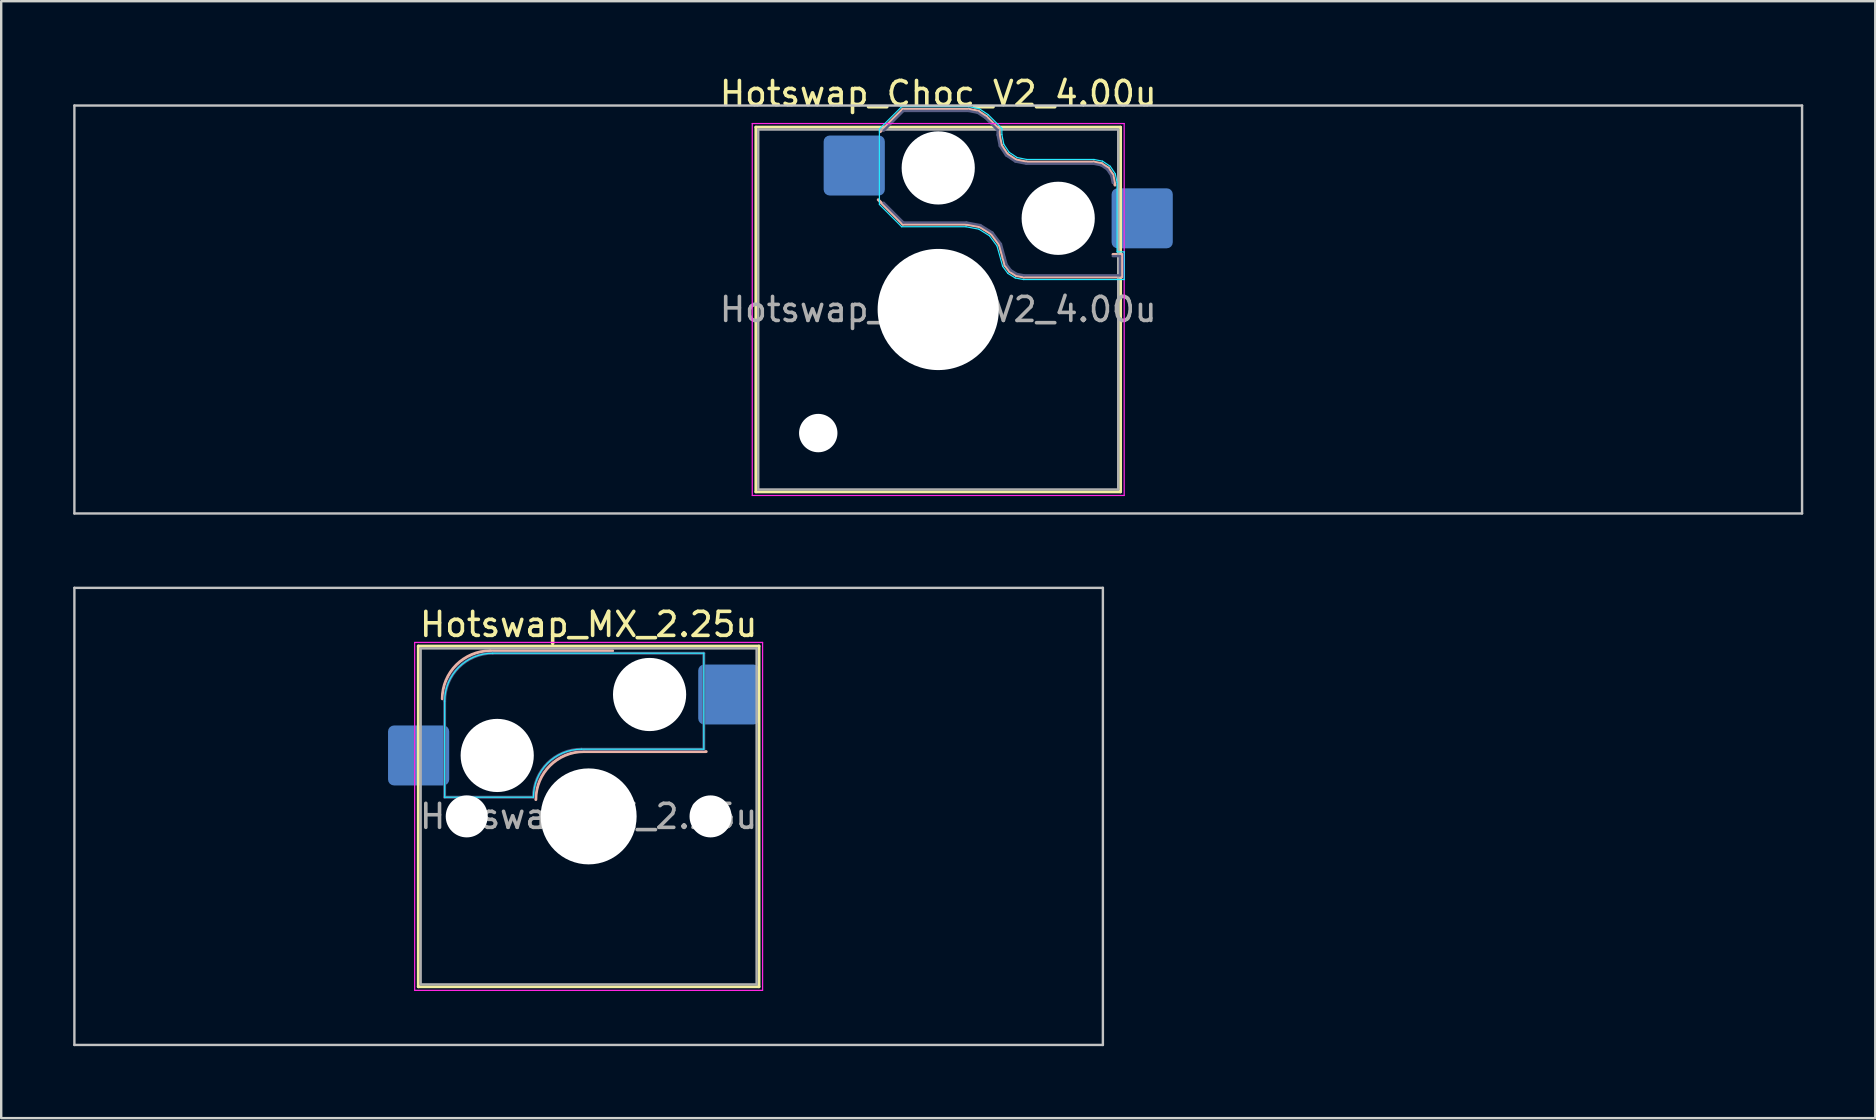
<source format=kicad_pcb>
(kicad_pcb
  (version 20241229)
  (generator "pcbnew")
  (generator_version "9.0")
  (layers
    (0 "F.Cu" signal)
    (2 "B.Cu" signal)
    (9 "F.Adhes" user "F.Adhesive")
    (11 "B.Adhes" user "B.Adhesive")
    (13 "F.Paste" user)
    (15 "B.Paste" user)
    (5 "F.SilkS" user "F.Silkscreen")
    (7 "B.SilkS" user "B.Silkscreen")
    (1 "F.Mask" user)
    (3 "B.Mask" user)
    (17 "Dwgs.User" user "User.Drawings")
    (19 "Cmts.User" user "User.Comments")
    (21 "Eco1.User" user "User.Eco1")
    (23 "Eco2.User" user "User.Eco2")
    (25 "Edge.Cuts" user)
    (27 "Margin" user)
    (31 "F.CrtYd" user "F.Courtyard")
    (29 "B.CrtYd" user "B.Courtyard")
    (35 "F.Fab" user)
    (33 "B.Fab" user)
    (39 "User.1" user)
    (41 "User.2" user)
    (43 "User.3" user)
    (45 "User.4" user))
  (footprint "Hotswap_MX_2.25u"
    (layer "F.Cu")
    (at 21.481 30.973)
    (property "Reference" "Hotswap_MX_2.25u" (at 0 -8 0) (layer "F.SilkS") (effects (font (size 1 1) (thickness 0.15))))
    (attr smd)
    (fp_line (start -7.1 -7.1) (end -7.1 7.1) (stroke (width 0.12) (type solid)) (layer "F.SilkS"))
    (fp_line (start -7.1 7.1) (end 7.1 7.1) (stroke (width 0.12) (type solid)) (layer "F.SilkS"))
    (fp_line (start 7.1 -7.1) (end -7.1 -7.1) (stroke (width 0.12) (type solid)) (layer "F.SilkS"))
    (fp_line (start 7.1 7.1) (end 7.1 -7.1) (stroke (width 0.12) (type solid)) (layer "F.SilkS"))
    (fp_line (start -4.1 -6.9) (end 1 -6.9) (stroke (width 0.12) (type solid)) (layer "B.SilkS"))
    (fp_line (start -0.2 -2.7) (end 4.9 -2.7) (stroke (width 0.12) (type solid)) (layer "B.SilkS"))
    (fp_arc (start -6.1 -4.9) (mid -5.514214 -6.314214) (end -4.1 -6.9) (stroke (width 0.12) (type solid)) (layer "B.SilkS"))
    (fp_arc (start -2.2 -0.7) (mid -1.614214 -2.114214) (end -0.2 -2.7) (stroke (width 0.12) (type solid)) (layer "B.SilkS"))
    (fp_line (start -21.431 -9.525) (end -21.431 9.525) (stroke (width 0.1) (type solid)) (layer "Dwgs.User"))
    (fp_line (start -21.431 9.525) (end 21.431 9.525) (stroke (width 0.1) (type solid)) (layer "Dwgs.User"))
    (fp_line (start 21.431 -9.525) (end -21.431 -9.525) (stroke (width 0.1) (type solid)) (layer "Dwgs.User"))
    (fp_line (start 21.431 9.525) (end 21.431 -9.525) (stroke (width 0.1) (type solid)) (layer "Dwgs.User"))
    (fp_line (start -7.8 -6) (end -7 -6) (stroke (width 0.1) (type solid)) (layer "Eco1.User"))
    (fp_line (start -7.8 -2.9) (end -7.8 -6) (stroke (width 0.1) (type solid)) (layer "Eco1.User"))
    (fp_line (start -7.8 2.9) (end -7 2.9) (stroke (width 0.1) (type solid)) (layer "Eco1.User"))
    (fp_line (start -7.8 6) (end -7.8 2.9) (stroke (width 0.1) (type solid)) (layer "Eco1.User"))
    (fp_line (start -7 -7) (end 7 -7) (stroke (width 0.1) (type solid)) (layer "Eco1.User"))
    (fp_line (start -7 -6) (end -7 -7) (stroke (width 0.1) (type solid)) (layer "Eco1.User"))
    (fp_line (start -7 -2.9) (end -7.8 -2.9) (stroke (width 0.1) (type solid)) (layer "Eco1.User"))
    (fp_line (start -7 2.9) (end -7 -2.9) (stroke (width 0.1) (type solid)) (layer "Eco1.User"))
    (fp_line (start -7 6) (end -7.8 6) (stroke (width 0.1) (type solid)) (layer "Eco1.User"))
    (fp_line (start -7 7) (end -7 6) (stroke (width 0.1) (type solid)) (layer "Eco1.User"))
    (fp_line (start 7 -7) (end 7 -6) (stroke (width 0.1) (type solid)) (layer "Eco1.User"))
    (fp_line (start 7 -6) (end 7.8 -6) (stroke (width 0.1) (type solid)) (layer "Eco1.User"))
    (fp_line (start 7 -2.9) (end 7 2.9) (stroke (width 0.1) (type solid)) (layer "Eco1.User"))
    (fp_line (start 7 2.9) (end 7.8 2.9) (stroke (width 0.1) (type solid)) (layer "Eco1.User"))
    (fp_line (start 7 6) (end 7 7) (stroke (width 0.1) (type solid)) (layer "Eco1.User"))
    (fp_line (start 7 7) (end -7 7) (stroke (width 0.1) (type solid)) (layer "Eco1.User"))
    (fp_line (start 7.8 -6) (end 7.8 -2.9) (stroke (width 0.1) (type solid)) (layer "Eco1.User"))
    (fp_line (start 7.8 -2.9) (end 7 -2.9) (stroke (width 0.1) (type solid)) (layer "Eco1.User"))
    (fp_line (start 7.8 2.9) (end 7.8 6) (stroke (width 0.1) (type solid)) (layer "Eco1.User"))
    (fp_line (start 7.8 6) (end 7 6) (stroke (width 0.1) (type solid)) (layer "Eco1.User"))
    (fp_line (start -6 -0.8) (end -6 -4.8) (stroke (width 0.05) (type solid)) (layer "B.CrtYd"))
    (fp_line (start -6 -0.8) (end -2.3 -0.8) (stroke (width 0.05) (type solid)) (layer "B.CrtYd"))
    (fp_line (start -4 -6.8) (end 4.8 -6.8) (stroke (width 0.05) (type solid)) (layer "B.CrtYd"))
    (fp_line (start -0.3 -2.8) (end 4.8 -2.8) (stroke (width 0.05) (type solid)) (layer "B.CrtYd"))
    (fp_line (start 4.8 -6.8) (end 4.8 -2.8) (stroke (width 0.05) (type solid)) (layer "B.CrtYd"))
    (fp_arc (start -6 -4.8) (mid -5.414214 -6.214214) (end -4 -6.8) (stroke (width 0.05) (type solid)) (layer "B.CrtYd"))
    (fp_arc (start -2.3 -0.8) (mid -1.714214 -2.214214) (end -0.3 -2.8) (stroke (width 0.05) (type solid)) (layer "B.CrtYd"))
    (fp_line (start -7.25 -7.25) (end -7.25 7.25) (stroke (width 0.05) (type solid)) (layer "F.CrtYd"))
    (fp_line (start -7.25 7.25) (end 7.25 7.25) (stroke (width 0.05) (type solid)) (layer "F.CrtYd"))
    (fp_line (start 7.25 -7.25) (end -7.25 -7.25) (stroke (width 0.05) (type solid)) (layer "F.CrtYd"))
    (fp_line (start 7.25 7.25) (end 7.25 -7.25) (stroke (width 0.05) (type solid)) (layer "F.CrtYd"))
    (fp_line (start -6 -0.8) (end -6 -4.8) (stroke (width 0.12) (type solid)) (layer "B.Fab"))
    (fp_line (start -6 -0.8) (end -2.3 -0.8) (stroke (width 0.12) (type solid)) (layer "B.Fab"))
    (fp_line (start -4 -6.8) (end 4.8 -6.8) (stroke (width 0.12) (type solid)) (layer "B.Fab"))
    (fp_line (start -0.3 -2.8) (end 4.8 -2.8) (stroke (width 0.12) (type solid)) (layer "B.Fab"))
    (fp_line (start 4.8 -6.8) (end 4.8 -2.8) (stroke (width 0.12) (type solid)) (layer "B.Fab"))
    (fp_arc (start -6 -4.8) (mid -5.414214 -6.214214) (end -4 -6.8) (stroke (width 0.12) (type solid)) (layer "B.Fab"))
    (fp_arc (start -2.3 -0.8) (mid -1.714214 -2.214214) (end -0.3 -2.8) (stroke (width 0.12) (type solid)) (layer "B.Fab"))
    (fp_line (start -7 -7) (end -7 7) (stroke (width 0.1) (type solid)) (layer "F.Fab"))
    (fp_line (start -7 7) (end 7 7) (stroke (width 0.1) (type solid)) (layer "F.Fab"))
    (fp_line (start 7 -7) (end -7 -7) (stroke (width 0.1) (type solid)) (layer "F.Fab"))
    (fp_line (start 7 7) (end 7 -7) (stroke (width 0.1) (type solid)) (layer "F.Fab"))
    (fp_text user "${REFERENCE}" (at 0 0 0) (layer "F.Fab") (effects (font (size 1 1) (thickness 0.15))))
    (pad "" np_thru_hole circle (at -5.08 0) (size 1.75 1.75) (drill 1.75) (layers "*.Cu" "*.Mask"))
    (pad "" np_thru_hole circle (at -3.81 -2.54) (size 3.05 3.05) (drill 3.05) (layers "*.Cu" "*.Mask"))
    (pad "" np_thru_hole circle (at 0 0) (size 4 4) (drill 4) (layers "*.Cu" "*.Mask"))
    (pad "" np_thru_hole circle (at 2.54 -5.08) (size 3.05 3.05) (drill 3.05) (layers "*.Cu" "*.Mask"))
    (pad "" np_thru_hole circle (at 5.08 0) (size 1.75 1.75) (drill 1.75) (layers "*.Cu" "*.Mask"))
    (pad "1" smd roundrect (at -7.085 -2.54) (size 2.55 2.5) (layers "B.Cu" "B.Mask" "B.Paste") (roundrect_rratio 0.1))
    (pad "2" smd roundrect (at 5.842 -5.08) (size 2.55 2.5) (layers "B.Cu" "B.Mask" "B.Paste") (roundrect_rratio 0.1)))
  (footprint "Hotswap_Choc_V2_4.00u"
    (layer "F.Cu")
    (at 36.05 9.848)
    (property "Reference" "Hotswap_Choc_V2_4.00u" (at 0 -9 0) (layer "F.SilkS") (effects (font (size 1 1) (thickness 0.15))))
    (attr smd)
    (fp_line (start -7.6 -7.6) (end -7.6 7.6) (stroke (width 0.12) (type solid)) (layer "F.SilkS"))
    (fp_line (start -7.6 7.6) (end 7.6 7.6) (stroke (width 0.12) (type solid)) (layer "F.SilkS"))
    (fp_line (start 7.6 -7.6) (end -7.6 -7.6) (stroke (width 0.12) (type solid)) (layer "F.SilkS"))
    (fp_line (start 7.6 7.6) (end 7.6 -7.6) (stroke (width 0.12) (type solid)) (layer "F.SilkS"))
    (fp_line (start -2.416 -7.409) (end -1.479 -8.346) (stroke (width 0.12) (type solid)) (layer "B.SilkS"))
    (fp_line (start -1.479 -8.346) (end 1.268 -8.346) (stroke (width 0.12) (type solid)) (layer "B.SilkS"))
    (fp_line (start -1.479 -3.554) (end -2.5 -4.575) (stroke (width 0.12) (type solid)) (layer "B.SilkS"))
    (fp_line (start 1.168 -3.554) (end -1.479 -3.554) (stroke (width 0.12) (type solid)) (layer "B.SilkS"))
    (fp_line (start 1.268 -8.346) (end 1.671 -8.266) (stroke (width 0.12) (type solid)) (layer "B.SilkS"))
    (fp_line (start 1.671 -8.266) (end 2.013 -8.037) (stroke (width 0.12) (type solid)) (layer "B.SilkS"))
    (fp_line (start 1.73 -3.449) (end 1.168 -3.554) (stroke (width 0.12) (type solid)) (layer "B.SilkS"))
    (fp_line (start 2.013 -8.037) (end 2.546 -7.504) (stroke (width 0.12) (type solid)) (layer "B.SilkS"))
    (fp_line (start 2.209 -3.15) (end 1.73 -3.449) (stroke (width 0.12) (type solid)) (layer "B.SilkS"))
    (fp_line (start 2.546 -7.504) (end 2.546 -7.282) (stroke (width 0.12) (type solid)) (layer "B.SilkS"))
    (fp_line (start 2.546 -7.282) (end 2.633 -6.844) (stroke (width 0.12) (type solid)) (layer "B.SilkS"))
    (fp_line (start 2.547 -2.697) (end 2.209 -3.15) (stroke (width 0.12) (type solid)) (layer "B.SilkS"))
    (fp_line (start 2.633 -6.844) (end 2.877 -6.477) (stroke (width 0.12) (type solid)) (layer "B.SilkS"))
    (fp_line (start 2.701 -2.139) (end 2.547 -2.697) (stroke (width 0.12) (type solid)) (layer "B.SilkS"))
    (fp_line (start 2.783 -1.841) (end 2.701 -2.139) (stroke (width 0.12) (type solid)) (layer "B.SilkS"))
    (fp_line (start 2.877 -6.477) (end 3.244 -6.233) (stroke (width 0.12) (type solid)) (layer "B.SilkS"))
    (fp_line (start 2.976 -1.583) (end 2.783 -1.841) (stroke (width 0.12) (type solid)) (layer "B.SilkS"))
    (fp_line (start 3.244 -6.233) (end 3.682 -6.146) (stroke (width 0.12) (type solid)) (layer "B.SilkS"))
    (fp_line (start 3.25 -1.413) (end 2.976 -1.583) (stroke (width 0.12) (type solid)) (layer "B.SilkS"))
    (fp_line (start 3.56 -1.354) (end 3.25 -1.413) (stroke (width 0.12) (type solid)) (layer "B.SilkS"))
    (fp_line (start 3.682 -6.146) (end 6.482 -6.146) (stroke (width 0.12) (type solid)) (layer "B.SilkS"))
    (fp_line (start 6.482 -6.146) (end 6.809 -6.081) (stroke (width 0.12) (type solid)) (layer "B.SilkS"))
    (fp_line (start 6.809 -6.081) (end 7.092 -5.892) (stroke (width 0.12) (type solid)) (layer "B.SilkS"))
    (fp_line (start 7.092 -5.892) (end 7.281 -5.609) (stroke (width 0.12) (type solid)) (layer "B.SilkS"))
    (fp_line (start 7.281 -5.609) (end 7.366 -5.182) (stroke (width 0.12) (type solid)) (layer "B.SilkS"))
    (fp_line (start 7.283 -2.296) (end 7.646 -2.296) (stroke (width 0.12) (type solid)) (layer "B.SilkS"))
    (fp_line (start 7.646 -2.296) (end 7.646 -1.354) (stroke (width 0.12) (type solid)) (layer "B.SilkS"))
    (fp_line (start 7.646 -1.354) (end 3.56 -1.354) (stroke (width 0.12) (type solid)) (layer "B.SilkS"))
    (fp_line (start -36 -8.5) (end -36 8.5) (stroke (width 0.1) (type solid)) (layer "Dwgs.User"))
    (fp_line (start -36 8.5) (end 36 8.5) (stroke (width 0.1) (type solid)) (layer "Dwgs.User"))
    (fp_line (start 36 -8.5) (end -36 -8.5) (stroke (width 0.1) (type solid)) (layer "Dwgs.User"))
    (fp_line (start 36 8.5) (end 36 -8.5) (stroke (width 0.1) (type solid)) (layer "Dwgs.User"))
    (fp_line (start -7.25 -7.25) (end -7.25 7.25) (stroke (width 0.1) (type solid)) (layer "Eco1.User"))
    (fp_line (start -7.25 7.25) (end 7.25 7.25) (stroke (width 0.1) (type solid)) (layer "Eco1.User"))
    (fp_line (start 7.25 -7.25) (end -7.25 -7.25) (stroke (width 0.1) (type solid)) (layer "Eco1.User"))
    (fp_line (start 7.25 7.25) (end 7.25 -7.25) (stroke (width 0.1) (type solid)) (layer "Eco1.User"))
    (fp_line (start -2.452 -7.523) (end -1.523 -8.452) (stroke (width 0.05) (type solid)) (layer "B.CrtYd"))
    (fp_line (start -2.452 -4.377) (end -2.452 -7.523) (stroke (width 0.05) (type solid)) (layer "B.CrtYd"))
    (fp_line (start -1.523 -8.452) (end 1.278 -8.452) (stroke (width 0.05) (type solid)) (layer "B.CrtYd"))
    (fp_line (start -1.523 -3.448) (end -2.452 -4.377) (stroke (width 0.05) (type solid)) (layer "B.CrtYd"))
    (fp_line (start 1.159 -3.448) (end -1.523 -3.448) (stroke (width 0.05) (type solid)) (layer "B.CrtYd"))
    (fp_line (start 1.278 -8.452) (end 1.712 -8.366) (stroke (width 0.05) (type solid)) (layer "B.CrtYd"))
    (fp_line (start 1.691 -3.348) (end 1.159 -3.448) (stroke (width 0.05) (type solid)) (layer "B.CrtYd"))
    (fp_line (start 1.712 -8.366) (end 2.081 -8.119) (stroke (width 0.05) (type solid)) (layer "B.CrtYd"))
    (fp_line (start 2.081 -8.119) (end 2.652 -7.548) (stroke (width 0.05) (type solid)) (layer "B.CrtYd"))
    (fp_line (start 2.136 -3.071) (end 1.691 -3.348) (stroke (width 0.05) (type solid)) (layer "B.CrtYd"))
    (fp_line (start 2.45 -2.65) (end 2.136 -3.071) (stroke (width 0.05) (type solid)) (layer "B.CrtYd"))
    (fp_line (start 2.599 -2.111) (end 2.45 -2.65) (stroke (width 0.05) (type solid)) (layer "B.CrtYd"))
    (fp_line (start 2.652 -7.548) (end 2.652 -7.292) (stroke (width 0.05) (type solid)) (layer "B.CrtYd"))
    (fp_line (start 2.652 -7.292) (end 2.733 -6.885) (stroke (width 0.05) (type solid)) (layer "B.CrtYd"))
    (fp_line (start 2.687 -1.794) (end 2.599 -2.111) (stroke (width 0.05) (type solid)) (layer "B.CrtYd"))
    (fp_line (start 2.733 -6.885) (end 2.953 -6.553) (stroke (width 0.05) (type solid)) (layer "B.CrtYd"))
    (fp_line (start 2.903 -1.503) (end 2.687 -1.794) (stroke (width 0.05) (type solid)) (layer "B.CrtYd"))
    (fp_line (start 2.953 -6.553) (end 3.285 -6.333) (stroke (width 0.05) (type solid)) (layer "B.CrtYd"))
    (fp_line (start 3.211 -1.312) (end 2.903 -1.503) (stroke (width 0.05) (type solid)) (layer "B.CrtYd"))
    (fp_line (start 3.285 -6.333) (end 3.692 -6.252) (stroke (width 0.05) (type solid)) (layer "B.CrtYd"))
    (fp_line (start 3.55 -1.248) (end 3.211 -1.312) (stroke (width 0.05) (type solid)) (layer "B.CrtYd"))
    (fp_line (start 3.692 -6.252) (end 6.492 -6.252) (stroke (width 0.05) (type solid)) (layer "B.CrtYd"))
    (fp_line (start 6.492 -6.252) (end 6.85 -6.181) (stroke (width 0.05) (type solid)) (layer "B.CrtYd"))
    (fp_line (start 6.85 -6.181) (end 7.168 -5.968) (stroke (width 0.05) (type solid)) (layer "B.CrtYd"))
    (fp_line (start 7.168 -5.968) (end 7.381 -5.65) (stroke (width 0.05) (type solid)) (layer "B.CrtYd"))
    (fp_line (start 7.381 -5.65) (end 7.452 -5.292) (stroke (width 0.05) (type solid)) (layer "B.CrtYd"))
    (fp_line (start 7.452 -5.292) (end 7.452 -2.402) (stroke (width 0.05) (type solid)) (layer "B.CrtYd"))
    (fp_line (start 7.452 -2.402) (end 7.752 -2.402) (stroke (width 0.05) (type solid)) (layer "B.CrtYd"))
    (fp_line (start 7.752 -2.402) (end 7.752 -1.248) (stroke (width 0.05) (type solid)) (layer "B.CrtYd"))
    (fp_line (start 7.752 -1.248) (end 3.55 -1.248) (stroke (width 0.05) (type solid)) (layer "B.CrtYd"))
    (fp_line (start -7.75 -7.75) (end -7.75 7.75) (stroke (width 0.05) (type solid)) (layer "F.CrtYd"))
    (fp_line (start -7.75 7.75) (end 7.75 7.75) (stroke (width 0.05) (type solid)) (layer "F.CrtYd"))
    (fp_line (start 7.75 -7.75) (end -7.75 -7.75) (stroke (width 0.05) (type solid)) (layer "F.CrtYd"))
    (fp_line (start 7.75 7.75) (end 7.75 -7.75) (stroke (width 0.05) (type solid)) (layer "F.CrtYd"))
    (fp_line (start -2.275 -7.45) (end -1.45 -8.275) (stroke (width 0.1) (type solid)) (layer "B.Fab"))
    (fp_line (start -1.45 -8.275) (end 1.261 -8.275) (stroke (width 0.1) (type solid)) (layer "B.Fab"))
    (fp_line (start -1.45 -3.625) (end -2.275 -4.45) (stroke (width 0.1) (type solid)) (layer "B.Fab"))
    (fp_line (start 1.175 -3.625) (end -1.45 -3.625) (stroke (width 0.1) (type solid)) (layer "B.Fab"))
    (fp_line (start 1.261 -8.275) (end 1.643 -8.199) (stroke (width 0.1) (type solid)) (layer "B.Fab"))
    (fp_line (start 1.643 -8.199) (end 1.968 -7.982) (stroke (width 0.1) (type solid)) (layer "B.Fab"))
    (fp_line (start 1.756 -3.516) (end 1.175 -3.625) (stroke (width 0.1) (type solid)) (layer "B.Fab"))
    (fp_line (start 1.968 -7.982) (end 2.475 -7.475) (stroke (width 0.1) (type solid)) (layer "B.Fab"))
    (fp_line (start 2.258 -3.203) (end 1.756 -3.516) (stroke (width 0.1) (type solid)) (layer "B.Fab"))
    (fp_line (start 2.475 -7.475) (end 2.475 -7.275) (stroke (width 0.1) (type solid)) (layer "B.Fab"))
    (fp_line (start 2.475 -7.275) (end 2.566 -6.816) (stroke (width 0.1) (type solid)) (layer "B.Fab"))
    (fp_line (start 2.566 -6.816) (end 2.826 -6.426) (stroke (width 0.1) (type solid)) (layer "B.Fab"))
    (fp_line (start 2.612 -2.729) (end 2.258 -3.203) (stroke (width 0.1) (type solid)) (layer "B.Fab"))
    (fp_line (start 2.769 -2.158) (end 2.612 -2.729) (stroke (width 0.1) (type solid)) (layer "B.Fab"))
    (fp_line (start 2.826 -6.426) (end 3.216 -6.166) (stroke (width 0.1) (type solid)) (layer "B.Fab"))
    (fp_line (start 2.848 -1.873) (end 2.769 -2.158) (stroke (width 0.1) (type solid)) (layer "B.Fab"))
    (fp_line (start 3.025 -1.636) (end 2.848 -1.873) (stroke (width 0.1) (type solid)) (layer "B.Fab"))
    (fp_line (start 3.216 -6.166) (end 3.675 -6.075) (stroke (width 0.1) (type solid)) (layer "B.Fab"))
    (fp_line (start 3.276 -1.48) (end 3.025 -1.636) (stroke (width 0.1) (type solid)) (layer "B.Fab"))
    (fp_line (start 3.567 -1.425) (end 3.276 -1.48) (stroke (width 0.1) (type solid)) (layer "B.Fab"))
    (fp_line (start 3.675 -6.075) (end 6.475 -6.075) (stroke (width 0.1) (type solid)) (layer "B.Fab"))
    (fp_line (start 6.475 -6.075) (end 6.781 -6.014) (stroke (width 0.1) (type solid)) (layer "B.Fab"))
    (fp_line (start 6.781 -6.014) (end 7.041 -5.841) (stroke (width 0.1) (type solid)) (layer "B.Fab"))
    (fp_line (start 7.041 -5.841) (end 7.214 -5.581) (stroke (width 0.1) (type solid)) (layer "B.Fab"))
    (fp_line (start 7.214 -5.581) (end 7.275 -5.275) (stroke (width 0.1) (type solid)) (layer "B.Fab"))
    (fp_line (start 7.275 -2.225) (end 7.575 -2.225) (stroke (width 0.1) (type solid)) (layer "B.Fab"))
    (fp_line (start 7.575 -2.225) (end 7.575 -1.425) (stroke (width 0.1) (type solid)) (layer "B.Fab"))
    (fp_line (start 7.575 -1.425) (end 3.567 -1.425) (stroke (width 0.1) (type solid)) (layer "B.Fab"))
    (fp_line (start -7.5 -7.5) (end -7.5 7.5) (stroke (width 0.1) (type solid)) (layer "F.Fab"))
    (fp_line (start -7.5 7.5) (end 7.5 7.5) (stroke (width 0.1) (type solid)) (layer "F.Fab"))
    (fp_line (start 7.5 -7.5) (end -7.5 -7.5) (stroke (width 0.1) (type solid)) (layer "F.Fab"))
    (fp_line (start 7.5 7.5) (end 7.5 -7.5) (stroke (width 0.1) (type solid)) (layer "F.Fab"))
    (fp_text user "${REFERENCE}" (at 0 0 0) (layer "F.Fab") (effects (font (size 1 1) (thickness 0.15))))
    (pad "" np_thru_hole circle (at -5 5.15) (size 1.6 1.6) (drill 1.6) (layers "*.Cu" "*.Mask"))
    (pad "" np_thru_hole circle (at 0 -5.9) (size 3.05 3.05) (drill 3.05) (layers "*.Cu" "*.Mask"))
    (pad "" np_thru_hole circle (at 0 0) (size 5.05 5.05) (drill 5.05) (layers "*.Cu" "*.Mask"))
    (pad "" np_thru_hole circle (at 5 -3.8) (size 3.05 3.05) (drill 3.05) (layers "*.Cu" "*.Mask"))
    (pad "1" smd roundrect (at -3.5 -6) (size 2.55 2.5) (layers "B.Cu" "B.Mask" "B.Paste") (roundrect_rratio 0.1))
    (pad "2" smd roundrect (at 8.5 -3.8) (size 2.55 2.5) (layers "B.Cu" "B.Mask" "B.Paste") (roundrect_rratio 0.1)))
  (gr_rect
    (start -3 -3)
    (end 75.1 43.548)
    (stroke (width 0.1) (type default))
    (fill no)
    (layer "Edge.Cuts")))
</source>
